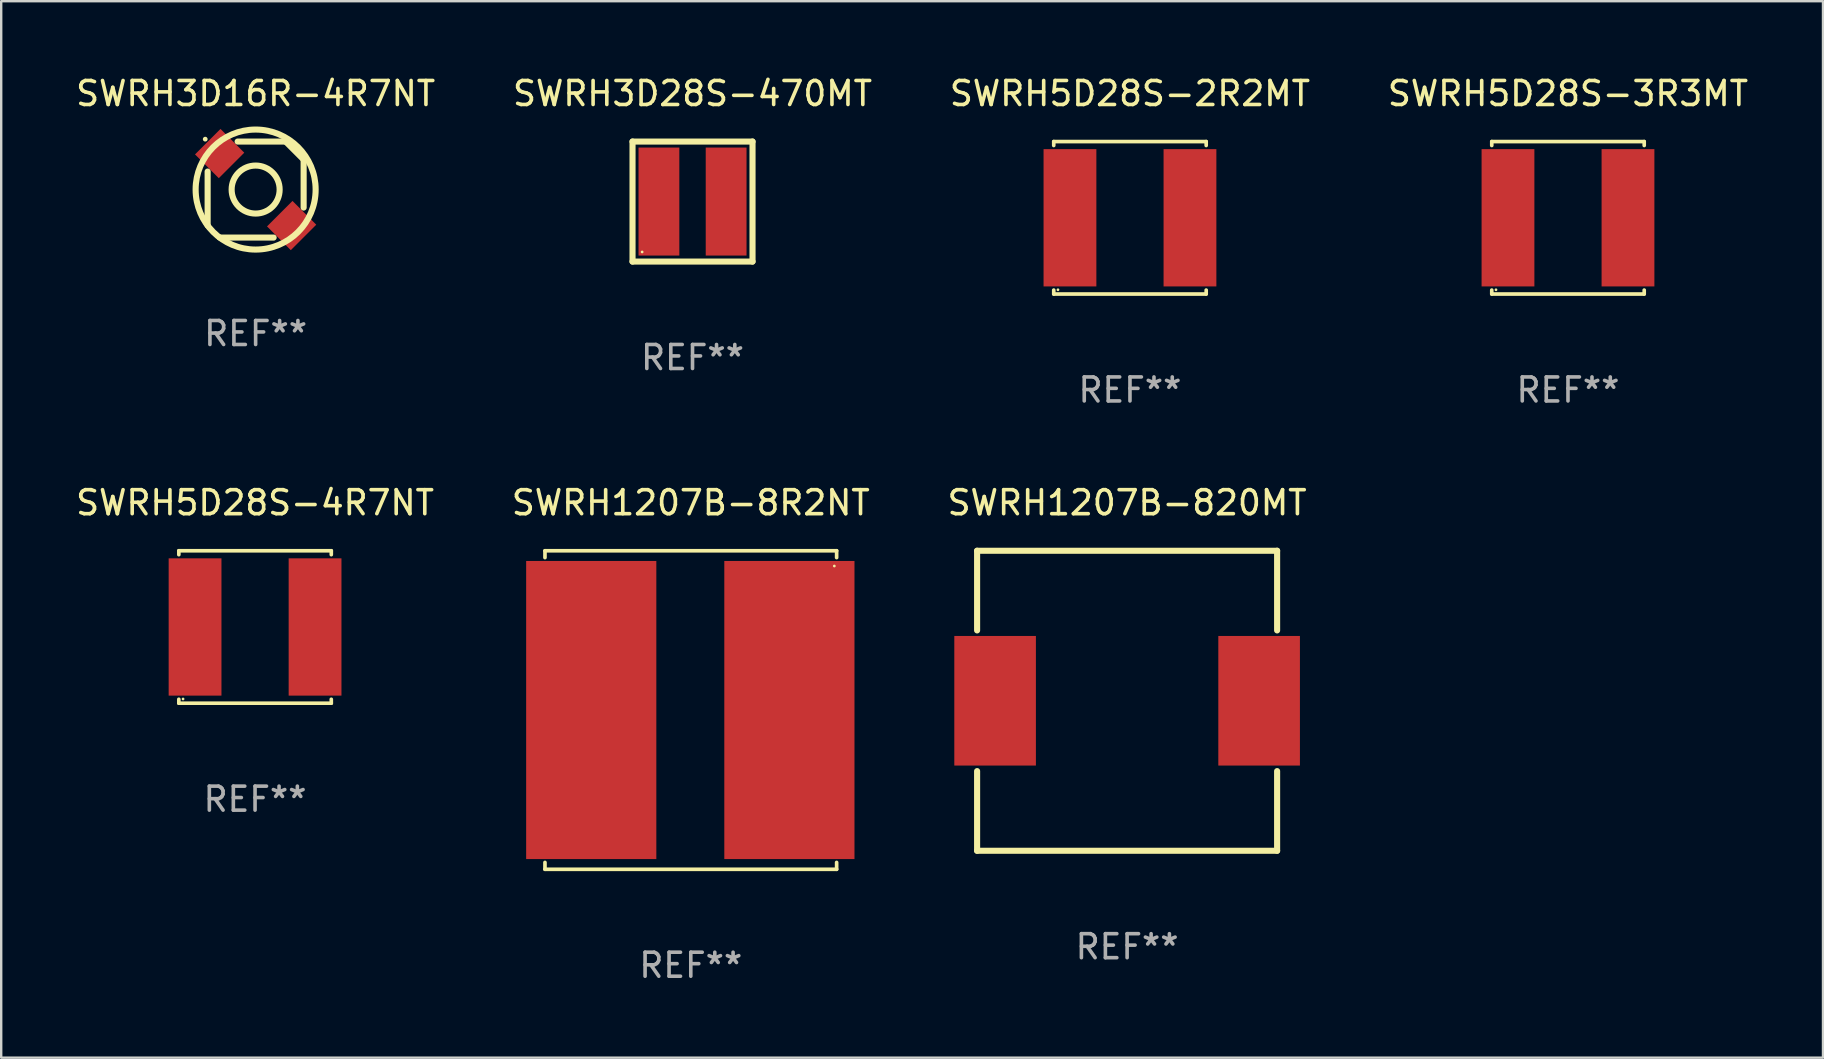
<source format=kicad_pcb>
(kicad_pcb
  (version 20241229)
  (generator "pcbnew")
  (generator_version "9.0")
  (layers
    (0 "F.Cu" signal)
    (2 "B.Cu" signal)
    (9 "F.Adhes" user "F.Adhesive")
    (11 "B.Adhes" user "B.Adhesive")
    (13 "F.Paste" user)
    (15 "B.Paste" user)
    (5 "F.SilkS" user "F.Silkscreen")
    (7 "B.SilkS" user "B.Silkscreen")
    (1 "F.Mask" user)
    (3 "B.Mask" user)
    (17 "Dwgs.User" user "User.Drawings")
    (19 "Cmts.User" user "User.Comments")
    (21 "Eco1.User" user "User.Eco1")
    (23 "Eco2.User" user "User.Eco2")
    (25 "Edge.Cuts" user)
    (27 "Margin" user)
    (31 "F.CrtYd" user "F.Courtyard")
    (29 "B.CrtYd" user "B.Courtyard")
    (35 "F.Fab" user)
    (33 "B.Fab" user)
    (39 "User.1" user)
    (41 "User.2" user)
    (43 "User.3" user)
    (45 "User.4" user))
  (footprint "SWRH1207B-820MT"
    (layer "F.Cu")
    (at 43.911 26.147)
    (property "Reference" "SWRH1207B-820MT" (at 0 -8.25 0) (layer "F.SilkS") (effects (font (size 1 1) (thickness 0.15))))
    (attr through_hole)
    (fp_line (start -6.25 -6.25) (end 6.25 -6.25) (stroke (width 0.254) (type solid)) (layer "F.SilkS"))
    (fp_line (start -6.25 -2.931) (end -6.25 -6.25) (stroke (width 0.254) (type solid)) (layer "F.SilkS"))
    (fp_line (start -6.25 6.25) (end -6.25 2.931) (stroke (width 0.254) (type solid)) (layer "F.SilkS"))
    (fp_line (start 6.25 -6.25) (end 6.25 -2.931) (stroke (width 0.254) (type solid)) (layer "F.SilkS"))
    (fp_line (start 6.25 2.931) (end 6.25 6.25) (stroke (width 0.254) (type solid)) (layer "F.SilkS"))
    (fp_line (start 6.25 6.25) (end -6.25 6.25) (stroke (width 0.254) (type solid)) (layer "F.SilkS"))
    (fp_circle (center -6.25 6.25) (end -6.22 6.25) (stroke (width 0.06) (type solid)) (fill no) (layer "F.SilkS"))
    (fp_text user "REF**" (at 0 10.25 0) (layer "F.Fab") (effects (font (size 1 1) (thickness 0.15))))
    (pad "1" smd rect (at -5.5 0) (size 3.4 5.4) (layers "F.Cu" "F.Mask" "F.Paste"))
    (pad "2" smd rect (at 5.5 0) (size 3.4 5.4) (layers "F.Cu" "F.Mask" "F.Paste")))
  (footprint "SWRH1207B-8R2NT"
    (layer "F.Cu")
    (at 25.732 26.533)
    (property "Reference" "SWRH1207B-8R2NT" (at 0 -8.636 0) (layer "F.SilkS") (effects (font (size 1 1) (thickness 0.15))))
    (attr through_hole)
    (fp_line (start -6.076 -6.636) (end -6.076 -6.35) (stroke (width 0.152) (type solid)) (layer "F.SilkS"))
    (fp_line (start -6.076 6.636) (end -6.076 6.35) (stroke (width 0.152) (type solid)) (layer "F.SilkS"))
    (fp_line (start 6.076 -6.636) (end -6.076 -6.636) (stroke (width 0.152) (type solid)) (layer "F.SilkS"))
    (fp_line (start 6.076 -6.35) (end 6.076 -6.636) (stroke (width 0.152) (type solid)) (layer "F.SilkS"))
    (fp_line (start 6.076 6.35) (end 6.076 6.636) (stroke (width 0.152) (type solid)) (layer "F.SilkS"))
    (fp_line (start 6.076 6.636) (end -6.076 6.636) (stroke (width 0.152) (type solid)) (layer "F.SilkS"))
    (fp_circle (center 5.98 -6) (end 6.01 -6) (stroke (width 0.06) (type solid)) (fill no) (layer "F.SilkS"))
    (fp_text user "REF**" (at 0 10.636 0) (layer "F.Fab") (effects (font (size 1 1) (thickness 0.15))))
    (pad "1" smd rect (at 4.108 0) (size 5.424 12.42) (layers "F.Cu" "F.Mask" "F.Paste"))
    (pad "2" smd rect (at -4.148 0) (size 5.424 12.42) (layers "F.Cu" "F.Mask" "F.Paste")))
  (footprint "SWRH5D28S-4R7NT"
    (layer "F.Cu")
    (at 7.577 23.073)
    (property "Reference" "SWRH5D28S-4R7NT" (at 0 -5.176 0) (layer "F.SilkS") (effects (font (size 1 1) (thickness 0.15))))
    (attr through_hole)
    (fp_line (start -3.176 -3.176) (end 3.176 -3.176) (stroke (width 0.152) (type solid)) (layer "F.SilkS"))
    (fp_line (start -3.176 -3.012) (end -3.176 -3.176) (stroke (width 0.152) (type solid)) (layer "F.SilkS"))
    (fp_line (start -3.176 3.012) (end -3.176 3.176) (stroke (width 0.152) (type solid)) (layer "F.SilkS"))
    (fp_line (start -3.176 3.176) (end 3.176 3.176) (stroke (width 0.152) (type solid)) (layer "F.SilkS"))
    (fp_line (start 3.176 -3.176) (end 3.176 -3.012) (stroke (width 0.152) (type solid)) (layer "F.SilkS"))
    (fp_line (start 3.176 3.176) (end 3.176 3.012) (stroke (width 0.152) (type solid)) (layer "F.SilkS"))
    (fp_circle (center -3 3) (end -2.97 3) (stroke (width 0.06) (type solid)) (fill no) (layer "F.SilkS"))
    (fp_text user "REF**" (at 0 7.176 0) (layer "F.Fab") (effects (font (size 1 1) (thickness 0.15))))
    (pad "1" smd rect (at -2.5 0) (size 2.2 5.72) (layers "F.Cu" "F.Mask" "F.Paste"))
    (pad "2" smd rect (at 2.5 0) (size 2.2 5.72) (layers "F.Cu" "F.Mask" "F.Paste")))
  (footprint "SWRH5D28S-3R3MT"
    (layer "F.Cu")
    (at 62.28 6.024)
    (property "Reference" "SWRH5D28S-3R3MT" (at 0 -5.176 0) (layer "F.SilkS") (effects (font (size 1 1) (thickness 0.15))))
    (attr through_hole)
    (fp_line (start -3.176 -3.176) (end 3.176 -3.176) (stroke (width 0.152) (type solid)) (layer "F.SilkS"))
    (fp_line (start -3.176 -3.012) (end -3.176 -3.176) (stroke (width 0.152) (type solid)) (layer "F.SilkS"))
    (fp_line (start -3.176 3.012) (end -3.176 3.176) (stroke (width 0.152) (type solid)) (layer "F.SilkS"))
    (fp_line (start -3.176 3.176) (end 3.176 3.176) (stroke (width 0.152) (type solid)) (layer "F.SilkS"))
    (fp_line (start 3.176 -3.176) (end 3.176 -3.012) (stroke (width 0.152) (type solid)) (layer "F.SilkS"))
    (fp_line (start 3.176 3.176) (end 3.176 3.012) (stroke (width 0.152) (type solid)) (layer "F.SilkS"))
    (fp_circle (center -3 3) (end -2.97 3) (stroke (width 0.06) (type solid)) (fill no) (layer "F.SilkS"))
    (fp_text user "REF**" (at 0 7.176 0) (layer "F.Fab") (effects (font (size 1 1) (thickness 0.15))))
    (pad "1" smd rect (at -2.5 0) (size 2.2 5.72) (layers "F.Cu" "F.Mask" "F.Paste"))
    (pad "2" smd rect (at 2.5 0) (size 2.2 5.72) (layers "F.Cu" "F.Mask" "F.Paste")))
  (footprint "SWRH3D16R-4R7NT"
    (layer "F.Cu")
    (at 7.601 4.848)
    (property "Reference" "SWRH3D16R-4R7NT" (at 0 -4 0) (layer "F.SilkS") (effects (font (size 1 1) (thickness 0.15))))
    (attr through_hole)
    (fp_line (start -2 -0.75) (end -2 1.5) (stroke (width 0.254) (type solid)) (layer "F.SilkS"))
    (fp_line (start -1.5 2) (end 0.75 2) (stroke (width 0.254) (type solid)) (layer "F.SilkS"))
    (fp_line (start 1.25 -2) (end -0.75 -2) (stroke (width 0.254) (type solid)) (layer "F.SilkS"))
    (fp_line (start 2 -1.25) (end 1.25 -2) (stroke (width 0.254) (type solid)) (layer "F.SilkS"))
    (fp_line (start 2 0.75) (end 2 -1.25) (stroke (width 0.254) (type solid)) (layer "F.SilkS"))
    (fp_arc (start -2 1.5) (mid 2.000022 -1.500022) (end -2 1.5) (stroke (width 0.254001) (type solid)) (layer "F.SilkS"))
    (fp_circle (center -2.1 -2.1) (end -2.05 -2.1) (stroke (width 0.1) (type solid)) (fill no) (layer "F.SilkS"))
    (fp_circle (center 0 0) (end 1 0) (stroke (width 0.254) (type solid)) (fill no) (layer "F.SilkS"))
    (fp_text user "REF**" (at 0 6 0) (layer "F.Fab") (effects (font (size 1 1) (thickness 0.15))))
    (pad "1" smd rect (at -1.5 -1.5 45) (size 1.501 1.4) (layers "F.Cu" "F.Mask" "F.Paste"))
    (pad "2" smd rect (at 1.5 1.5 45) (size 1.501 1.4) (layers "F.Cu" "F.Mask" "F.Paste")))
  (footprint "SWRH5D28S-2R2MT"
    (layer "F.Cu")
    (at 44.03 6.024)
    (property "Reference" "SWRH5D28S-2R2MT" (at 0 -5.176 0) (layer "F.SilkS") (effects (font (size 1 1) (thickness 0.15))))
    (attr through_hole)
    (fp_line (start -3.176 -3.176) (end 3.176 -3.176) (stroke (width 0.152) (type solid)) (layer "F.SilkS"))
    (fp_line (start -3.176 -3.012) (end -3.176 -3.176) (stroke (width 0.152) (type solid)) (layer "F.SilkS"))
    (fp_line (start -3.176 3.012) (end -3.176 3.176) (stroke (width 0.152) (type solid)) (layer "F.SilkS"))
    (fp_line (start -3.176 3.176) (end 3.176 3.176) (stroke (width 0.152) (type solid)) (layer "F.SilkS"))
    (fp_line (start 3.176 -3.176) (end 3.176 -3.012) (stroke (width 0.152) (type solid)) (layer "F.SilkS"))
    (fp_line (start 3.176 3.176) (end 3.176 3.012) (stroke (width 0.152) (type solid)) (layer "F.SilkS"))
    (fp_circle (center -3 3) (end -2.97 3) (stroke (width 0.06) (type solid)) (fill no) (layer "F.SilkS"))
    (fp_text user "REF**" (at 0 7.176 0) (layer "F.Fab") (effects (font (size 1 1) (thickness 0.15))))
    (pad "1" smd rect (at -2.5 0) (size 2.2 5.72) (layers "F.Cu" "F.Mask" "F.Paste"))
    (pad "2" smd rect (at 2.5 0) (size 2.2 5.72) (layers "F.Cu" "F.Mask" "F.Paste")))
  (footprint "SWRH3D28S-470MT"
    (layer "F.Cu")
    (at 25.804 5.348)
    (property "Reference" "SWRH3D28S-470MT" (at 0 -4.5 0) (layer "F.SilkS") (effects (font (size 1 1) (thickness 0.15))))
    (attr through_hole)
    (fp_line (start -2.5 -2.5) (end 2.5 -2.5) (stroke (width 0.254) (type solid)) (layer "F.SilkS"))
    (fp_line (start -2.5 2.5) (end -2.5 -2.5) (stroke (width 0.254) (type solid)) (layer "F.SilkS"))
    (fp_line (start 2.5 -2.5) (end 2.5 2.5) (stroke (width 0.254) (type solid)) (layer "F.SilkS"))
    (fp_line (start 2.5 2.5) (end -2.5 2.5) (stroke (width 0.254) (type solid)) (layer "F.SilkS"))
    (fp_circle (center -2.1 2.1) (end -2.07 2.1) (stroke (width 0.06) (type solid)) (fill no) (layer "F.SilkS"))
    (fp_text user "REF**" (at 0 6.5 0) (layer "F.Fab") (effects (font (size 1 1) (thickness 0.15))))
    (pad "1" smd rect (at -1.4 0 90) (size 4.5 1.7) (layers "F.Cu" "F.Mask" "F.Paste"))
    (pad "2" smd rect (at 1.4 0 90) (size 4.5 1.7) (layers "F.Cu" "F.Mask" "F.Paste")))
  (gr_rect
    (start -3 -3)
    (end 72.905 41.018)
    (stroke (width 0.1) (type default))
    (fill no)
    (layer "Edge.Cuts")))
</source>
